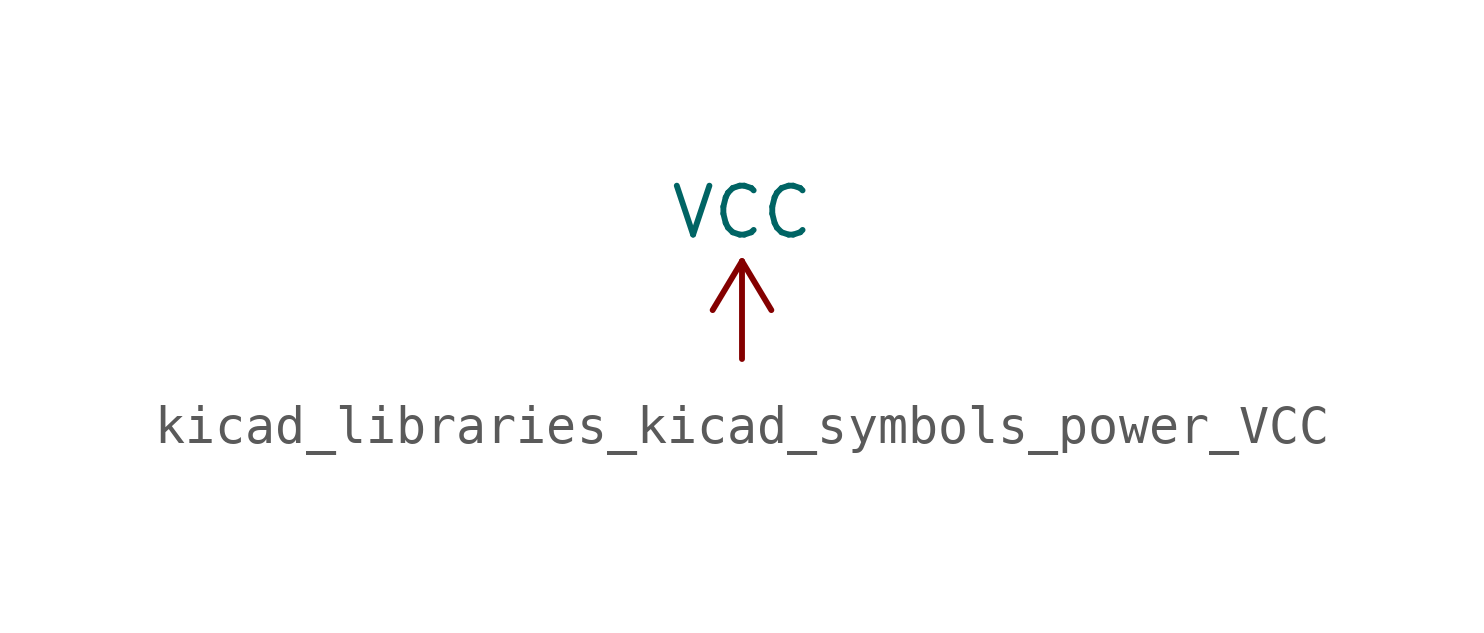
<source format=kicad_sym>
(kicad_symbol_lib
  (version 20220914)
  (generator kicad_symbol_editor)
  (symbol "kicad_libraries_kicad_symbols_power_VCC"
    (power)
    (pin_names
      (offset 0))
    (property "Reference" "#PWR"
      (at 0 -3.81 0)
      (effects (font (size 1.27 1.27)) hide))
    (property "Value" "VCC"
      (at 0 3.81 0)
      (effects (font (size 1.27 1.27))))
    (symbol "kicad_libraries_kicad_symbols_power_VCC_0_1"
      (polyline (pts (xy -0.762 1.27) (xy 0 2.54)) (stroke (width 0) (type default)) (fill (type none)))
      (polyline (pts (xy 0 0) (xy 0 2.54)) (stroke (width 0) (type default)) (fill (type none)))
      (polyline (pts (xy 0 2.54) (xy 0.762 1.27)) (stroke (width 0) (type default)) (fill (type none))))
    (symbol "kicad_libraries_kicad_symbols_power_VCC_1_1"
      (pin power_in line (at 0 0 90) (length 0) hide (name "VCC" (effects (font (size 1.27 1.27)))) (number "1" (effects (font (size 1.27 1.27))))))))
</source>
